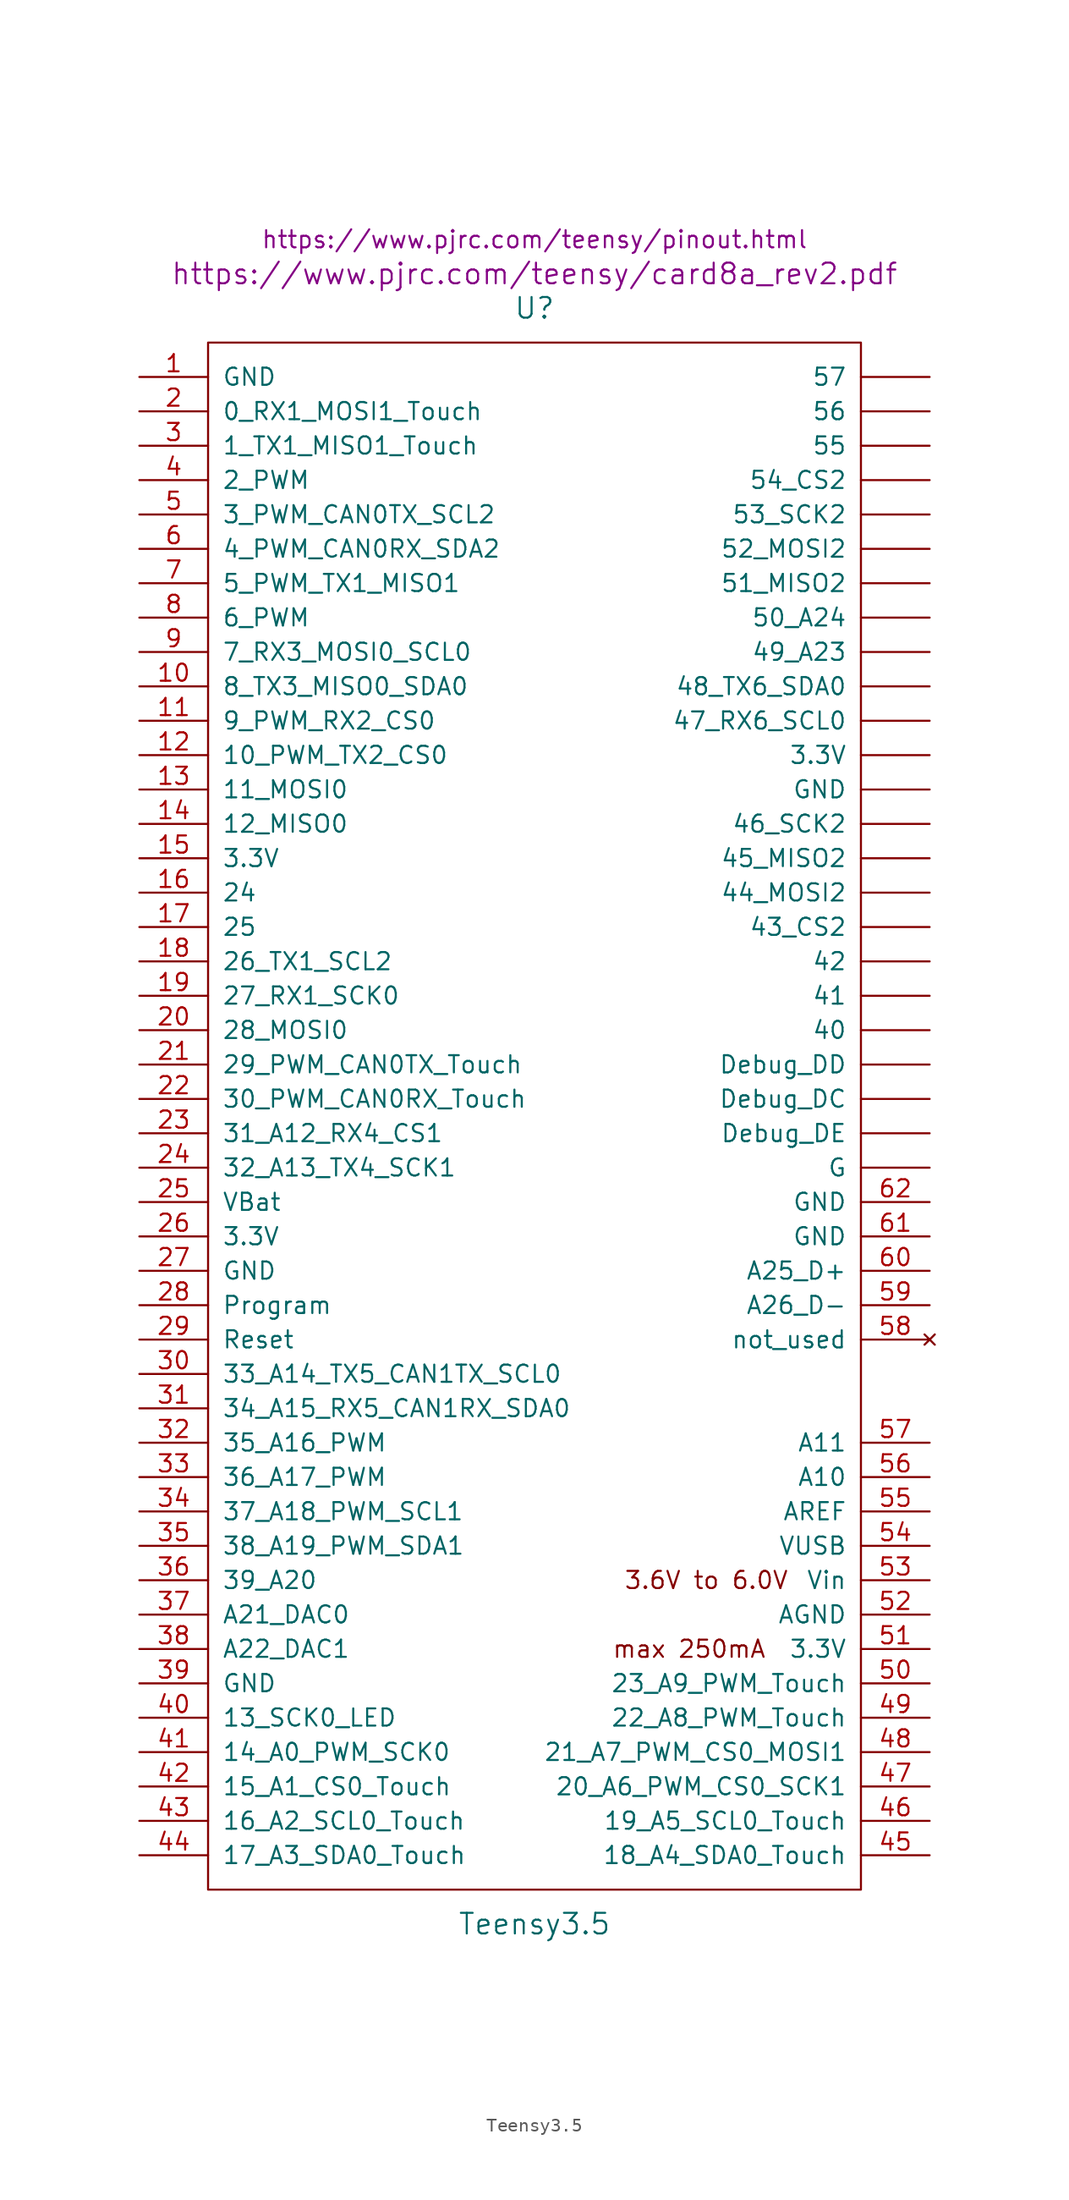
<source format=kicad_sym>
(kicad_symbol_lib
  (version 20211014)
  (generator kicad_symbol_editor)
  (symbol "Teensy3.5"
    (pin_names
      (offset 1.016))
    (property "Reference" "U"
      (at 0 59.69 0)
      (effects (font (size 1.524 1.524))))
    (property "Value" "Teensy3.5"
      (at 0 -59.69 0)
      (effects (font (size 1.524 1.524))))
    (property "Footprint" ""
      (at -2.54 57.15 0)
      (effects (font (size 1.524 1.524))))
    (property "Datasheet" "https://www.pjrc.com/teensy/card8a_rev2.pdf"
      (at 0 62.23 0)
      (effects (font (size 1.524 1.524))))
    (property "Pinouts" "https://www.pjrc.com/teensy/pinout.html"
      (at 0 64.77 0)
      (effects (font (size 1.27 1.27))))
    (symbol "Teensy3.5_0_0"
      (text "3.6V to 6.0V" (at 12.7 -34.29 0) (effects (font (size 1.27 1.27))))
      (text "max 250mA" (at 11.43 -39.37 0) (effects (font (size 1.27 1.27)))))
    (symbol "Teensy3.5_0_1"
      (rectangle (start -24.13 57.15) (end 24.13 -57.15) (stroke (width 0) (type default) (color 0 0 0 0)) (fill (type none))))
    (symbol "Teensy3.5_1_1"
      (pin power_in line (at -29.21 54.61 0) (length 5.08) (name "GND" (effects (font (size 1.27 1.27)))) (number "1" (effects (font (size 1.27 1.27)))))
      (pin bidirectional line (at -29.21 31.75 0) (length 5.08) (name "8_TX3_MISO0_SDA0" (effects (font (size 1.27 1.27)))) (number "10" (effects (font (size 1.27 1.27)))))
      (pin bidirectional line (at -29.21 29.21 0) (length 5.08) (name "9_PWM_RX2_CS0" (effects (font (size 1.27 1.27)))) (number "11" (effects (font (size 1.27 1.27)))))
      (pin bidirectional line (at -29.21 26.67 0) (length 5.08) (name "10_PWM_TX2_CS0" (effects (font (size 1.27 1.27)))) (number "12" (effects (font (size 1.27 1.27)))))
      (pin bidirectional line (at -29.21 24.13 0) (length 5.08) (name "11_MOSI0" (effects (font (size 1.27 1.27)))) (number "13" (effects (font (size 1.27 1.27)))))
      (pin bidirectional line (at -29.21 21.59 0) (length 5.08) (name "12_MISO0" (effects (font (size 1.27 1.27)))) (number "14" (effects (font (size 1.27 1.27)))))
      (pin power_out line (at -29.21 19.05 0) (length 5.08) (name "3.3V" (effects (font (size 1.27 1.27)))) (number "15" (effects (font (size 1.27 1.27)))))
      (pin bidirectional line (at -29.21 16.51 0) (length 5.08) (name "24" (effects (font (size 1.27 1.27)))) (number "16" (effects (font (size 1.27 1.27)))))
      (pin bidirectional line (at -29.21 13.97 0) (length 5.08) (name "25" (effects (font (size 1.27 1.27)))) (number "17" (effects (font (size 1.27 1.27)))))
      (pin bidirectional line (at -29.21 11.43 0) (length 5.08) (name "26_TX1_SCL2" (effects (font (size 1.27 1.27)))) (number "18" (effects (font (size 1.27 1.27)))))
      (pin bidirectional line (at -29.21 8.89 0) (length 5.08) (name "27_RX1_SCK0" (effects (font (size 1.27 1.27)))) (number "19" (effects (font (size 1.27 1.27)))))
      (pin bidirectional line (at -29.21 52.07 0) (length 5.08) (name "0_RX1_MOSI1_Touch" (effects (font (size 1.27 1.27)))) (number "2" (effects (font (size 1.27 1.27)))))
      (pin bidirectional line (at -29.21 6.35 0) (length 5.08) (name "28_MOSI0" (effects (font (size 1.27 1.27)))) (number "20" (effects (font (size 1.27 1.27)))))
      (pin bidirectional line (at -29.21 3.81 0) (length 5.08) (name "29_PWM_CAN0TX_Touch" (effects (font (size 1.27 1.27)))) (number "21" (effects (font (size 1.27 1.27)))))
      (pin bidirectional line (at -29.21 1.27 0) (length 5.08) (name "30_PWM_CAN0RX_Touch" (effects (font (size 1.27 1.27)))) (number "22" (effects (font (size 1.27 1.27)))))
      (pin bidirectional line (at -29.21 -1.27 0) (length 5.08) (name "31_A12_RX4_CS1" (effects (font (size 1.27 1.27)))) (number "23" (effects (font (size 1.27 1.27)))))
      (pin bidirectional line (at -29.21 -3.81 0) (length 5.08) (name "32_A13_TX4_SCK1" (effects (font (size 1.27 1.27)))) (number "24" (effects (font (size 1.27 1.27)))))
      (pin power_in line (at -29.21 -6.35 0) (length 5.08) (name "VBat" (effects (font (size 1.27 1.27)))) (number "25" (effects (font (size 1.27 1.27)))))
      (pin power_in line (at -29.21 -8.89 0) (length 5.08) (name "3.3V" (effects (font (size 1.27 1.27)))) (number "26" (effects (font (size 1.27 1.27)))))
      (pin power_in line (at -29.21 -11.43 0) (length 5.08) (name "GND" (effects (font (size 1.27 1.27)))) (number "27" (effects (font (size 1.27 1.27)))))
      (pin input line (at -29.21 -13.97 0) (length 5.08) (name "Program" (effects (font (size 1.27 1.27)))) (number "28" (effects (font (size 1.27 1.27)))))
      (pin input line (at -29.21 -16.51 0) (length 5.08) (name "Reset" (effects (font (size 1.27 1.27)))) (number "29" (effects (font (size 1.27 1.27)))))
      (pin bidirectional line (at -29.21 49.53 0) (length 5.08) (name "1_TX1_MISO1_Touch" (effects (font (size 1.27 1.27)))) (number "3" (effects (font (size 1.27 1.27)))))
      (pin bidirectional line (at -29.21 -19.05 0) (length 5.08) (name "33_A14_TX5_CAN1TX_SCL0" (effects (font (size 1.27 1.27)))) (number "30" (effects (font (size 1.27 1.27)))))
      (pin bidirectional line (at -29.21 -21.59 0) (length 5.08) (name "34_A15_RX5_CAN1RX_SDA0" (effects (font (size 1.27 1.27)))) (number "31" (effects (font (size 1.27 1.27)))))
      (pin bidirectional line (at -29.21 -24.13 0) (length 5.08) (name "35_A16_PWM" (effects (font (size 1.27 1.27)))) (number "32" (effects (font (size 1.27 1.27)))))
      (pin bidirectional line (at -29.21 -26.67 0) (length 5.08) (name "36_A17_PWM" (effects (font (size 1.27 1.27)))) (number "33" (effects (font (size 1.27 1.27)))))
      (pin bidirectional line (at -29.21 -29.21 0) (length 5.08) (name "37_A18_PWM_SCL1" (effects (font (size 1.27 1.27)))) (number "34" (effects (font (size 1.27 1.27)))))
      (pin bidirectional line (at -29.21 -31.75 0) (length 5.08) (name "38_A19_PWM_SDA1" (effects (font (size 1.27 1.27)))) (number "35" (effects (font (size 1.27 1.27)))))
      (pin bidirectional line (at -29.21 -34.29 0) (length 5.08) (name "39_A20" (effects (font (size 1.27 1.27)))) (number "36" (effects (font (size 1.27 1.27)))))
      (pin bidirectional line (at -29.21 -36.83 0) (length 5.08) (name "A21_DAC0" (effects (font (size 1.27 1.27)))) (number "37" (effects (font (size 1.27 1.27)))))
      (pin bidirectional line (at -29.21 -39.37 0) (length 5.08) (name "A22_DAC1" (effects (font (size 1.27 1.27)))) (number "38" (effects (font (size 1.27 1.27)))))
      (pin power_in line (at -29.21 -41.91 0) (length 5.08) (name "GND" (effects (font (size 1.27 1.27)))) (number "39" (effects (font (size 1.27 1.27)))))
      (pin bidirectional line (at -29.21 46.99 0) (length 5.08) (name "2_PWM" (effects (font (size 1.27 1.27)))) (number "4" (effects (font (size 1.27 1.27)))))
      (pin bidirectional line (at -29.21 -44.45 0) (length 5.08) (name "13_SCK0_LED" (effects (font (size 1.27 1.27)))) (number "40" (effects (font (size 1.27 1.27)))))
      (pin bidirectional line (at -29.21 -46.99 0) (length 5.08) (name "14_A0_PWM_SCK0" (effects (font (size 1.27 1.27)))) (number "41" (effects (font (size 1.27 1.27)))))
      (pin bidirectional line (at -29.21 -49.53 0) (length 5.08) (name "15_A1_CS0_Touch" (effects (font (size 1.27 1.27)))) (number "42" (effects (font (size 1.27 1.27)))))
      (pin bidirectional line (at -29.21 -52.07 0) (length 5.08) (name "16_A2_SCL0_Touch" (effects (font (size 1.27 1.27)))) (number "43" (effects (font (size 1.27 1.27)))))
      (pin bidirectional line (at -29.21 -54.61 0) (length 5.08) (name "17_A3_SDA0_Touch" (effects (font (size 1.27 1.27)))) (number "44" (effects (font (size 1.27 1.27)))))
      (pin bidirectional line (at 29.21 -54.61 180) (length 5.08) (name "18_A4_SDA0_Touch" (effects (font (size 1.27 1.27)))) (number "45" (effects (font (size 1.27 1.27)))))
      (pin bidirectional line (at 29.21 -52.07 180) (length 5.08) (name "19_A5_SCL0_Touch" (effects (font (size 1.27 1.27)))) (number "46" (effects (font (size 1.27 1.27)))))
      (pin bidirectional line (at 29.21 -49.53 180) (length 5.08) (name "20_A6_PWM_CS0_SCK1" (effects (font (size 1.27 1.27)))) (number "47" (effects (font (size 1.27 1.27)))))
      (pin bidirectional line (at 29.21 -46.99 180) (length 5.08) (name "21_A7_PWM_CS0_MOSI1" (effects (font (size 1.27 1.27)))) (number "48" (effects (font (size 1.27 1.27)))))
      (pin bidirectional line (at 29.21 -44.45 180) (length 5.08) (name "22_A8_PWM_Touch" (effects (font (size 1.27 1.27)))) (number "49" (effects (font (size 1.27 1.27)))))
      (pin bidirectional line (at -29.21 44.45 0) (length 5.08) (name "3_PWM_CAN0TX_SCL2" (effects (font (size 1.27 1.27)))) (number "5" (effects (font (size 1.27 1.27)))))
      (pin bidirectional line (at 29.21 -41.91 180) (length 5.08) (name "23_A9_PWM_Touch" (effects (font (size 1.27 1.27)))) (number "50" (effects (font (size 1.27 1.27)))))
      (pin power_out line (at 29.21 -39.37 180) (length 5.08) (name "3.3V" (effects (font (size 1.27 1.27)))) (number "51" (effects (font (size 1.27 1.27)))))
      (pin power_out line (at 29.21 -36.83 180) (length 5.08) (name "AGND" (effects (font (size 1.27 1.27)))) (number "52" (effects (font (size 1.27 1.27)))))
      (pin power_in line (at 29.21 -34.29 180) (length 5.08) (name "Vin" (effects (font (size 1.27 1.27)))) (number "53" (effects (font (size 1.27 1.27)))))
      (pin power_in line (at 29.21 -31.75 180) (length 5.08) (name "VUSB" (effects (font (size 1.27 1.27)))) (number "54" (effects (font (size 1.27 1.27)))))
      (pin input line (at 29.21 -29.21 180) (length 5.08) (name "AREF" (effects (font (size 1.27 1.27)))) (number "55" (effects (font (size 1.27 1.27)))))
      (pin bidirectional line (at 29.21 -26.67 180) (length 5.08) (name "A10" (effects (font (size 1.27 1.27)))) (number "56" (effects (font (size 1.27 1.27)))))
      (pin bidirectional line (at 29.21 -24.13 180) (length 5.08) (name "A11" (effects (font (size 1.27 1.27)))) (number "57" (effects (font (size 1.27 1.27)))))
      (pin no_connect line (at 29.21 -16.51 180) (length 5.08) (name "not_used" (effects (font (size 1.27 1.27)))) (number "58" (effects (font (size 1.27 1.27)))))
      (pin bidirectional line (at 29.21 -13.97 180) (length 5.08) (name "A26_D-" (effects (font (size 1.27 1.27)))) (number "59" (effects (font (size 1.27 1.27)))))
      (pin bidirectional line (at -29.21 41.91 0) (length 5.08) (name "4_PWM_CAN0RX_SDA2" (effects (font (size 1.27 1.27)))) (number "6" (effects (font (size 1.27 1.27)))))
      (pin bidirectional line (at 29.21 -11.43 180) (length 5.08) (name "A25_D+" (effects (font (size 1.27 1.27)))) (number "60" (effects (font (size 1.27 1.27)))))
      (pin power_in line (at 29.21 -8.89 180) (length 5.08) (name "GND" (effects (font (size 1.27 1.27)))) (number "61" (effects (font (size 1.27 1.27)))))
      (pin power_in line (at 29.21 -6.35 180) (length 5.08) (name "GND" (effects (font (size 1.27 1.27)))) (number "62" (effects (font (size 1.27 1.27)))))
      (pin bidirectional line (at -29.21 39.37 0) (length 5.08) (name "5_PWM_TX1_MISO1" (effects (font (size 1.27 1.27)))) (number "7" (effects (font (size 1.27 1.27)))))
      (pin bidirectional line (at -29.21 36.83 0) (length 5.08) (name "6_PWM" (effects (font (size 1.27 1.27)))) (number "8" (effects (font (size 1.27 1.27)))))
      (pin bidirectional line (at -29.21 34.29 0) (length 5.08) (name "7_RX3_MOSI0_SCL0" (effects (font (size 1.27 1.27)))) (number "9" (effects (font (size 1.27 1.27)))))
      (pin power_in line (at 29.21 26.67 180) (length 5.08) (name "3.3V" (effects (font (size 1.27 1.27)))) (number "~" (effects (font (size 1.27 1.27)))))
      (pin bidirectional line (at 29.21 6.35 180) (length 5.08) (name "40" (effects (font (size 1.27 1.27)))) (number "~" (effects (font (size 1.27 1.27)))))
      (pin bidirectional line (at 29.21 8.89 180) (length 5.08) (name "41" (effects (font (size 1.27 1.27)))) (number "~" (effects (font (size 1.27 1.27)))))
      (pin bidirectional line (at 29.21 11.43 180) (length 5.08) (name "42" (effects (font (size 1.27 1.27)))) (number "~" (effects (font (size 1.27 1.27)))))
      (pin bidirectional line (at 29.21 13.97 180) (length 5.08) (name "43_CS2" (effects (font (size 1.27 1.27)))) (number "~" (effects (font (size 1.27 1.27)))))
      (pin bidirectional line (at 29.21 16.51 180) (length 5.08) (name "44_MOSI2" (effects (font (size 1.27 1.27)))) (number "~" (effects (font (size 1.27 1.27)))))
      (pin bidirectional line (at 29.21 19.05 180) (length 5.08) (name "45_MISO2" (effects (font (size 1.27 1.27)))) (number "~" (effects (font (size 1.27 1.27)))))
      (pin bidirectional line (at 29.21 21.59 180) (length 5.08) (name "46_SCK2" (effects (font (size 1.27 1.27)))) (number "~" (effects (font (size 1.27 1.27)))))
      (pin bidirectional line (at 29.21 29.21 180) (length 5.08) (name "47_RX6_SCL0" (effects (font (size 1.27 1.27)))) (number "~" (effects (font (size 1.27 1.27)))))
      (pin bidirectional line (at 29.21 31.75 180) (length 5.08) (name "48_TX6_SDA0" (effects (font (size 1.27 1.27)))) (number "~" (effects (font (size 1.27 1.27)))))
      (pin bidirectional line (at 29.21 34.29 180) (length 5.08) (name "49_A23" (effects (font (size 1.27 1.27)))) (number "~" (effects (font (size 1.27 1.27)))))
      (pin bidirectional line (at 29.21 36.83 180) (length 5.08) (name "50_A24" (effects (font (size 1.27 1.27)))) (number "~" (effects (font (size 1.27 1.27)))))
      (pin bidirectional line (at 29.21 39.37 180) (length 5.08) (name "51_MISO2" (effects (font (size 1.27 1.27)))) (number "~" (effects (font (size 1.27 1.27)))))
      (pin bidirectional line (at 29.21 41.91 180) (length 5.08) (name "52_MOSI2" (effects (font (size 1.27 1.27)))) (number "~" (effects (font (size 1.27 1.27)))))
      (pin bidirectional line (at 29.21 44.45 180) (length 5.08) (name "53_SCK2" (effects (font (size 1.27 1.27)))) (number "~" (effects (font (size 1.27 1.27)))))
      (pin bidirectional line (at 29.21 46.99 180) (length 5.08) (name "54_CS2" (effects (font (size 1.27 1.27)))) (number "~" (effects (font (size 1.27 1.27)))))
      (pin bidirectional line (at 29.21 49.53 180) (length 5.08) (name "55" (effects (font (size 1.27 1.27)))) (number "~" (effects (font (size 1.27 1.27)))))
      (pin bidirectional line (at 29.21 52.07 180) (length 5.08) (name "56" (effects (font (size 1.27 1.27)))) (number "~" (effects (font (size 1.27 1.27)))))
      (pin bidirectional line (at 29.21 54.61 180) (length 5.08) (name "57" (effects (font (size 1.27 1.27)))) (number "~" (effects (font (size 1.27 1.27)))))
      (pin input line (at 29.21 1.27 180) (length 5.08) (name "Debug_DC" (effects (font (size 1.27 1.27)))) (number "~" (effects (font (size 1.27 1.27)))))
      (pin input line (at 29.21 3.81 180) (length 5.08) (name "Debug_DD" (effects (font (size 1.27 1.27)))) (number "~" (effects (font (size 1.27 1.27)))))
      (pin input line (at 29.21 -1.27 180) (length 5.08) (name "Debug_DE" (effects (font (size 1.27 1.27)))) (number "~" (effects (font (size 1.27 1.27)))))
      (pin power_in line (at 29.21 -3.81 180) (length 5.08) (name "G" (effects (font (size 1.27 1.27)))) (number "~" (effects (font (size 1.27 1.27)))))
      (pin power_in line (at 29.21 24.13 180) (length 5.08) (name "GND" (effects (font (size 1.27 1.27)))) (number "~" (effects (font (size 1.27 1.27))))))))
</source>
